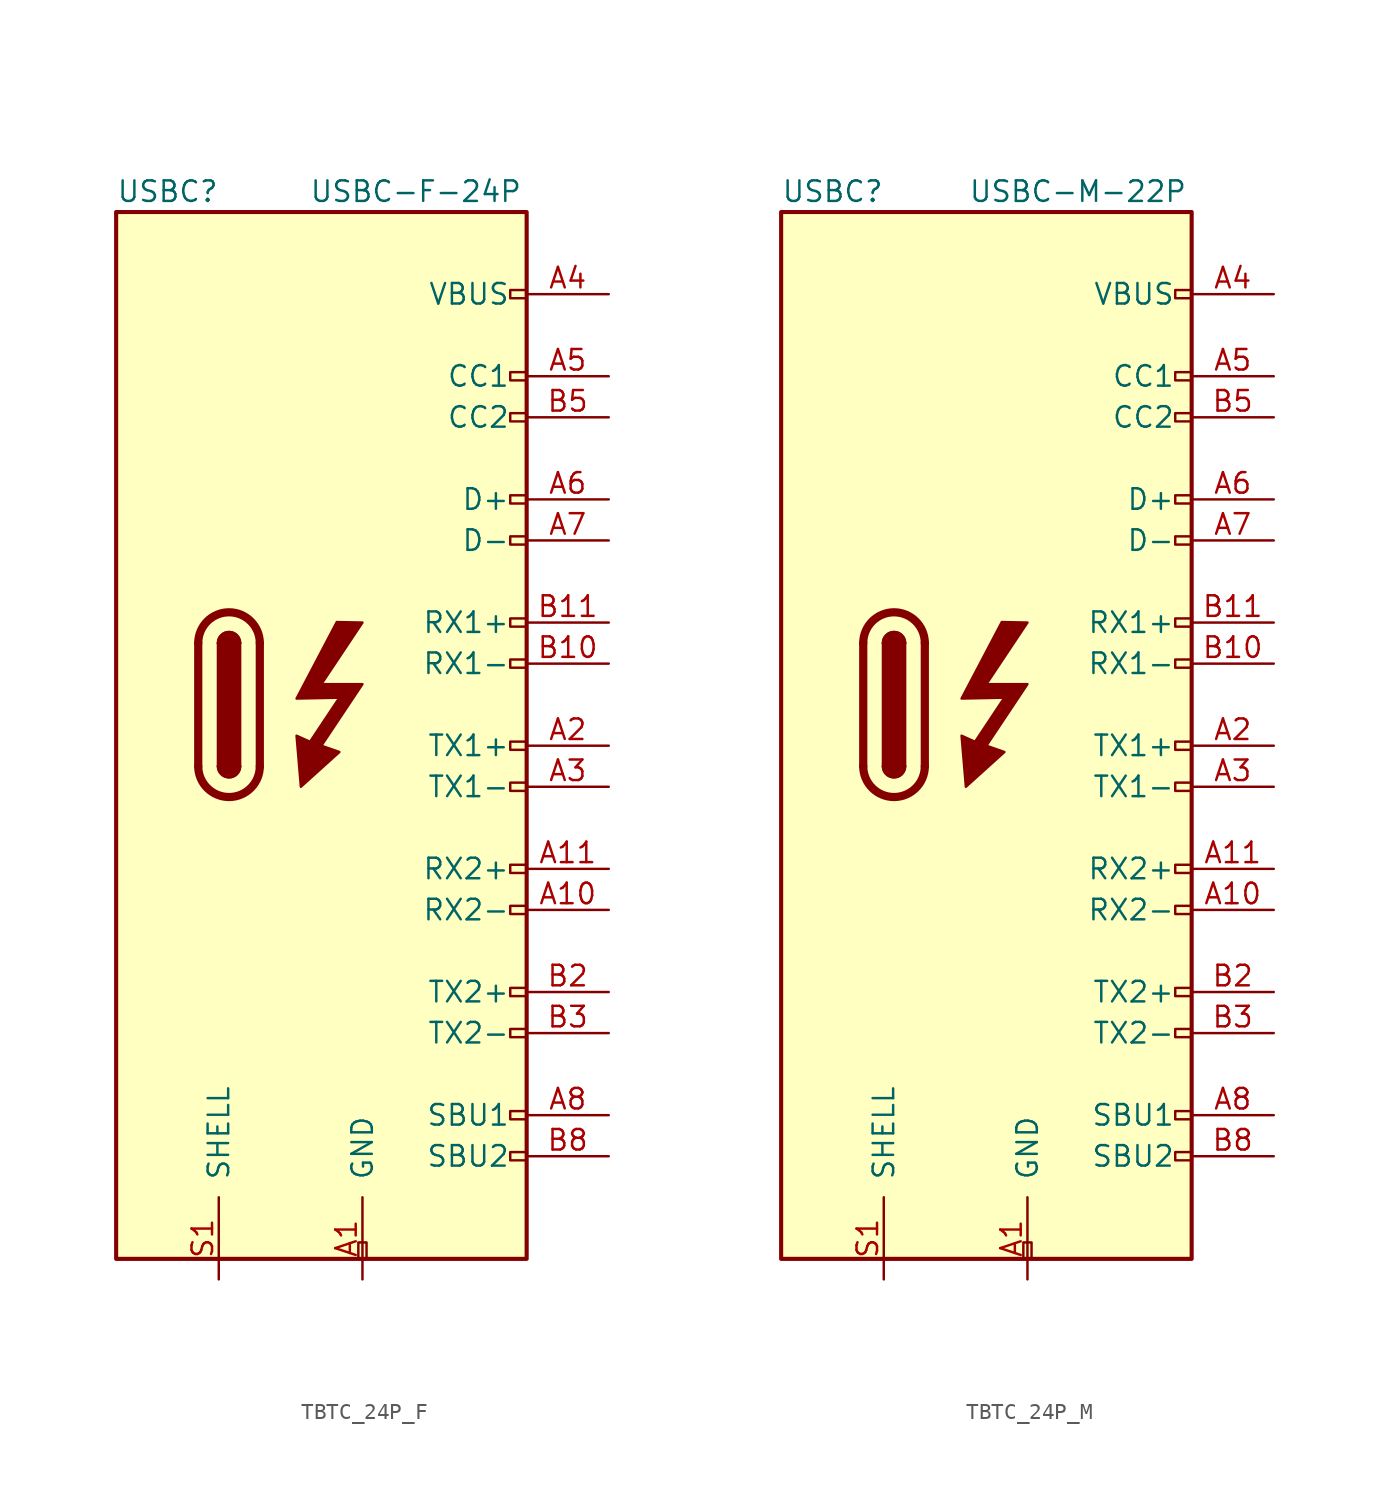
<source format=kicad_sym>
(kicad_symbol_lib
  (version 20231120)
  (generator "kicad_symbol_editor")
  (generator_version "8.0")
  (symbol "TBTC_24P_F"
    (pin_names
      (offset 1.016))
    (property "Reference" "USBC"
      (at -15.24 31.75 0)
      (effects (font (size 1.27 1.27)) (justify left)))
    (property "Value" "USBC-F-24P"
      (at 9.906 31.75 0)
      (effects (font (size 1.27 1.27)) (justify right)))
    (symbol "TBTC_24P_F_0_0"
      (rectangle (start -0.254 -34.29) (end 0.254 -33.274) (stroke (width 0) (type default)) (fill (type none)))
      (rectangle (start 10.16 -27.686) (end 9.144 -28.194) (stroke (width 0) (type default)) (fill (type none)))
      (rectangle (start 10.16 -25.146) (end 9.144 -25.654) (stroke (width 0) (type default)) (fill (type none)))
      (rectangle (start 10.16 -20.066) (end 9.144 -20.574) (stroke (width 0) (type default)) (fill (type none)))
      (rectangle (start 10.16 -17.526) (end 9.144 -18.034) (stroke (width 0) (type default)) (fill (type none)))
      (rectangle (start 10.16 -12.446) (end 9.144 -12.954) (stroke (width 0) (type default)) (fill (type none)))
      (rectangle (start 10.16 -9.906) (end 9.144 -10.414) (stroke (width 0) (type default)) (fill (type none)))
      (rectangle (start 10.16 -4.826) (end 9.144 -5.334) (stroke (width 0) (type default)) (fill (type none)))
      (rectangle (start 10.16 -2.286) (end 9.144 -2.794) (stroke (width 0) (type default)) (fill (type none)))
      (rectangle (start 10.16 2.794) (end 9.144 2.286) (stroke (width 0) (type default)) (fill (type none)))
      (rectangle (start 10.16 5.334) (end 9.144 4.826) (stroke (width 0) (type default)) (fill (type none)))
      (rectangle (start 10.16 10.414) (end 9.144 9.906) (stroke (width 0) (type default)) (fill (type none)))
      (rectangle (start 10.16 12.954) (end 9.144 12.446) (stroke (width 0) (type default)) (fill (type none)))
      (rectangle (start 10.16 18.034) (end 9.144 17.526) (stroke (width 0) (type default)) (fill (type none)))
      (rectangle (start 10.16 20.574) (end 9.144 20.066) (stroke (width 0) (type default)) (fill (type none)))
      (rectangle (start 10.16 25.654) (end 9.144 25.146) (stroke (width 0) (type default)) (fill (type none))))
    (symbol "TBTC_24P_F_0_1"
      (rectangle (start -15.24 30.48) (end 10.16 -34.29) (stroke (width 0.254) (type default)) (fill (type background)))
      (arc (start -10.16 -3.81) (mid -8.255 -5.7067) (end -6.35 -3.81) (stroke (width 0.508) (type default)) (fill (type none)))
      (arc (start -8.89 -3.81) (mid -8.255 -4.4423) (end -7.62 -3.81) (stroke (width 0.254) (type default)) (fill (type none)))
      (arc (start -8.89 -3.81) (mid -8.255 -4.4423) (end -7.62 -3.81) (stroke (width 0.254) (type default)) (fill (type outline)))
      (rectangle (start -8.89 3.81) (end -7.62 -3.81) (stroke (width 0.254) (type default)) (fill (type outline)))
      (arc (start -7.62 3.81) (mid -8.255 4.4423) (end -8.89 3.81) (stroke (width 0.254) (type default)) (fill (type none)))
      (arc (start -7.62 3.81) (mid -8.255 4.4423) (end -8.89 3.81) (stroke (width 0.254) (type default)) (fill (type outline)))
      (arc (start -6.35 3.81) (mid -8.255 5.7067) (end -10.16 3.81) (stroke (width 0.508) (type default)) (fill (type none)))
      (polyline (pts (xy -10.16 -3.81) (xy -10.16 3.81)) (stroke (width 0.508) (type default)) (fill (type none)))
      (polyline (pts (xy -6.35 3.81) (xy -6.35 -3.81)) (stroke (width 0.508) (type default)) (fill (type none))))
    (symbol "TBTC_24P_F_1_1"
      (polyline (pts (xy 0 5.08) (xy -2.54 1.27) (xy 0 1.27) (xy -2.54 -2.54) (xy -1.427 -2.93) (xy -3.81 -5.08) (xy -4.076 -1.921) (xy -3.242 -2.298) (xy -1.427 0.432) (xy -4.076 0.378) (xy -1.588 5.112) (xy 0 5.08)) (stroke (width 0) (type default)) (fill (type outline)))
      (pin passive line (at 0 -35.56 90) (length 5.08) (name "GND" (effects (font (size 1.27 1.27)))) (number "A1" (effects (font (size 1.27 1.27)))))
      (pin bidirectional line (at 15.24 -12.7 180) (length 5.08) (name "RX2-" (effects (font (size 1.27 1.27)))) (number "A10" (effects (font (size 1.27 1.27)))))
      (pin bidirectional line (at 15.24 -10.16 180) (length 5.08) (name "RX2+" (effects (font (size 1.27 1.27)))) (number "A11" (effects (font (size 1.27 1.27)))))
      (pin passive line (at 0 -35.56 90) (length 5.08) hide (name "GND" (effects (font (size 1.27 1.27)))) (number "A12" (effects (font (size 1.27 1.27)))))
      (pin bidirectional line (at 15.24 -2.54 180) (length 5.08) (name "TX1+" (effects (font (size 1.27 1.27)))) (number "A2" (effects (font (size 1.27 1.27)))))
      (pin bidirectional line (at 15.24 -5.08 180) (length 5.08) (name "TX1-" (effects (font (size 1.27 1.27)))) (number "A3" (effects (font (size 1.27 1.27)))))
      (pin passive line (at 15.24 25.4 180) (length 5.08) (name "VBUS" (effects (font (size 1.27 1.27)))) (number "A4" (effects (font (size 1.27 1.27)))))
      (pin bidirectional line (at 15.24 20.32 180) (length 5.08) (name "CC1" (effects (font (size 1.27 1.27)))) (number "A5" (effects (font (size 1.27 1.27)))))
      (pin bidirectional line (at 15.24 12.7 180) (length 5.08) (name "D+" (effects (font (size 1.27 1.27)))) (number "A6" (effects (font (size 1.27 1.27)))))
      (pin bidirectional line (at 15.24 10.16 180) (length 5.08) (name "D-" (effects (font (size 1.27 1.27)))) (number "A7" (effects (font (size 1.27 1.27)))))
      (pin bidirectional line (at 15.24 -25.4 180) (length 5.08) (name "SBU1" (effects (font (size 1.27 1.27)))) (number "A8" (effects (font (size 1.27 1.27)))))
      (pin passive line (at 15.24 25.4 180) (length 5.08) hide (name "VBUS" (effects (font (size 1.27 1.27)))) (number "A9" (effects (font (size 1.27 1.27)))))
      (pin passive line (at 0 -35.56 90) (length 5.08) hide (name "GND" (effects (font (size 1.27 1.27)))) (number "B1" (effects (font (size 1.27 1.27)))))
      (pin bidirectional line (at 15.24 2.54 180) (length 5.08) (name "RX1-" (effects (font (size 1.27 1.27)))) (number "B10" (effects (font (size 1.27 1.27)))))
      (pin bidirectional line (at 15.24 5.08 180) (length 5.08) (name "RX1+" (effects (font (size 1.27 1.27)))) (number "B11" (effects (font (size 1.27 1.27)))))
      (pin passive line (at 0 -35.56 90) (length 5.08) hide (name "GND" (effects (font (size 1.27 1.27)))) (number "B12" (effects (font (size 1.27 1.27)))))
      (pin bidirectional line (at 15.24 -17.78 180) (length 5.08) (name "TX2+" (effects (font (size 1.27 1.27)))) (number "B2" (effects (font (size 1.27 1.27)))))
      (pin bidirectional line (at 15.24 -20.32 180) (length 5.08) (name "TX2-" (effects (font (size 1.27 1.27)))) (number "B3" (effects (font (size 1.27 1.27)))))
      (pin passive line (at 15.24 25.4 180) (length 5.08) hide (name "VBUS" (effects (font (size 1.27 1.27)))) (number "B4" (effects (font (size 1.27 1.27)))))
      (pin bidirectional line (at 15.24 17.78 180) (length 5.08) (name "CC2" (effects (font (size 1.27 1.27)))) (number "B5" (effects (font (size 1.27 1.27)))))
      (pin bidirectional line (at 15.24 12.7 180) (length 5.08) hide (name "D+" (effects (font (size 1.27 1.27)))) (number "B6" (effects (font (size 1.27 1.27)))))
      (pin bidirectional line (at 15.24 10.16 180) (length 5.08) hide (name "D-" (effects (font (size 1.27 1.27)))) (number "B7" (effects (font (size 1.27 1.27)))))
      (pin bidirectional line (at 15.24 -27.94 180) (length 5.08) (name "SBU2" (effects (font (size 1.27 1.27)))) (number "B8" (effects (font (size 1.27 1.27)))))
      (pin passive line (at 15.24 25.4 180) (length 5.08) hide (name "VBUS" (effects (font (size 1.27 1.27)))) (number "B9" (effects (font (size 1.27 1.27)))))
      (pin passive line (at -8.89 -35.56 90) (length 5.08) (name "SHELL" (effects (font (size 1.27 1.27)))) (number "S1" (effects (font (size 1.27 1.27)))))))
  (symbol "TBTC_24P_M"
    (pin_names
      (offset 1.016))
    (property "Reference" "USBC"
      (at -15.24 31.75 0)
      (effects (font (size 1.27 1.27)) (justify left)))
    (property "Value" "USBC-M-22P"
      (at 9.906 31.75 0)
      (effects (font (size 1.27 1.27)) (justify right)))
    (symbol "TBTC_24P_M_0_0"
      (rectangle (start -0.254 -34.29) (end 0.254 -33.274) (stroke (width 0) (type default)) (fill (type none)))
      (rectangle (start 10.16 -27.686) (end 9.144 -28.194) (stroke (width 0) (type default)) (fill (type none)))
      (rectangle (start 10.16 -25.146) (end 9.144 -25.654) (stroke (width 0) (type default)) (fill (type none)))
      (rectangle (start 10.16 -20.066) (end 9.144 -20.574) (stroke (width 0) (type default)) (fill (type none)))
      (rectangle (start 10.16 -17.526) (end 9.144 -18.034) (stroke (width 0) (type default)) (fill (type none)))
      (rectangle (start 10.16 -12.446) (end 9.144 -12.954) (stroke (width 0) (type default)) (fill (type none)))
      (rectangle (start 10.16 -9.906) (end 9.144 -10.414) (stroke (width 0) (type default)) (fill (type none)))
      (rectangle (start 10.16 -4.826) (end 9.144 -5.334) (stroke (width 0) (type default)) (fill (type none)))
      (rectangle (start 10.16 -2.286) (end 9.144 -2.794) (stroke (width 0) (type default)) (fill (type none)))
      (rectangle (start 10.16 2.794) (end 9.144 2.286) (stroke (width 0) (type default)) (fill (type none)))
      (rectangle (start 10.16 5.334) (end 9.144 4.826) (stroke (width 0) (type default)) (fill (type none)))
      (rectangle (start 10.16 10.414) (end 9.144 9.906) (stroke (width 0) (type default)) (fill (type none)))
      (rectangle (start 10.16 12.954) (end 9.144 12.446) (stroke (width 0) (type default)) (fill (type none)))
      (rectangle (start 10.16 18.034) (end 9.144 17.526) (stroke (width 0) (type default)) (fill (type none)))
      (rectangle (start 10.16 20.574) (end 9.144 20.066) (stroke (width 0) (type default)) (fill (type none)))
      (rectangle (start 10.16 25.654) (end 9.144 25.146) (stroke (width 0) (type default)) (fill (type none))))
    (symbol "TBTC_24P_M_0_1"
      (rectangle (start -15.24 30.48) (end 10.16 -34.29) (stroke (width 0.254) (type default)) (fill (type background)))
      (arc (start -10.16 -3.81) (mid -8.255 -5.7067) (end -6.35 -3.81) (stroke (width 0.508) (type default)) (fill (type none)))
      (arc (start -8.89 -3.81) (mid -8.255 -4.4423) (end -7.62 -3.81) (stroke (width 0.254) (type default)) (fill (type none)))
      (arc (start -8.89 -3.81) (mid -8.255 -4.4423) (end -7.62 -3.81) (stroke (width 0.254) (type default)) (fill (type outline)))
      (rectangle (start -8.89 3.81) (end -7.62 -3.81) (stroke (width 0.254) (type default)) (fill (type outline)))
      (arc (start -7.62 3.81) (mid -8.255 4.4423) (end -8.89 3.81) (stroke (width 0.254) (type default)) (fill (type none)))
      (arc (start -7.62 3.81) (mid -8.255 4.4423) (end -8.89 3.81) (stroke (width 0.254) (type default)) (fill (type outline)))
      (arc (start -6.35 3.81) (mid -8.255 5.7067) (end -10.16 3.81) (stroke (width 0.508) (type default)) (fill (type none)))
      (polyline (pts (xy -10.16 -3.81) (xy -10.16 3.81)) (stroke (width 0.508) (type default)) (fill (type none)))
      (polyline (pts (xy -6.35 3.81) (xy -6.35 -3.81)) (stroke (width 0.508) (type default)) (fill (type none))))
    (symbol "TBTC_24P_M_1_1"
      (polyline (pts (xy 0 5.08) (xy -2.54 1.27) (xy 0 1.27) (xy -2.54 -2.54) (xy -1.427 -2.93) (xy -3.81 -5.08) (xy -4.076 -1.921) (xy -3.242 -2.298) (xy -1.427 0.432) (xy -4.076 0.378) (xy -1.588 5.112) (xy 0 5.08)) (stroke (width 0) (type default)) (fill (type outline)))
      (pin passive line (at 0 -35.56 90) (length 5.08) (name "GND" (effects (font (size 1.27 1.27)))) (number "A1" (effects (font (size 1.27 1.27)))))
      (pin bidirectional line (at 15.24 -12.7 180) (length 5.08) (name "RX2-" (effects (font (size 1.27 1.27)))) (number "A10" (effects (font (size 1.27 1.27)))))
      (pin bidirectional line (at 15.24 -10.16 180) (length 5.08) (name "RX2+" (effects (font (size 1.27 1.27)))) (number "A11" (effects (font (size 1.27 1.27)))))
      (pin passive line (at 0 -35.56 90) (length 5.08) hide (name "GND" (effects (font (size 1.27 1.27)))) (number "A12" (effects (font (size 1.27 1.27)))))
      (pin bidirectional line (at 15.24 -2.54 180) (length 5.08) (name "TX1+" (effects (font (size 1.27 1.27)))) (number "A2" (effects (font (size 1.27 1.27)))))
      (pin bidirectional line (at 15.24 -5.08 180) (length 5.08) (name "TX1-" (effects (font (size 1.27 1.27)))) (number "A3" (effects (font (size 1.27 1.27)))))
      (pin passive line (at 15.24 25.4 180) (length 5.08) (name "VBUS" (effects (font (size 1.27 1.27)))) (number "A4" (effects (font (size 1.27 1.27)))))
      (pin bidirectional line (at 15.24 20.32 180) (length 5.08) (name "CC1" (effects (font (size 1.27 1.27)))) (number "A5" (effects (font (size 1.27 1.27)))))
      (pin bidirectional line (at 15.24 12.7 180) (length 5.08) (name "D+" (effects (font (size 1.27 1.27)))) (number "A6" (effects (font (size 1.27 1.27)))))
      (pin bidirectional line (at 15.24 10.16 180) (length 5.08) (name "D-" (effects (font (size 1.27 1.27)))) (number "A7" (effects (font (size 1.27 1.27)))))
      (pin bidirectional line (at 15.24 -25.4 180) (length 5.08) (name "SBU1" (effects (font (size 1.27 1.27)))) (number "A8" (effects (font (size 1.27 1.27)))))
      (pin passive line (at 15.24 25.4 180) (length 5.08) hide (name "VBUS" (effects (font (size 1.27 1.27)))) (number "A9" (effects (font (size 1.27 1.27)))))
      (pin passive line (at 0 -35.56 90) (length 5.08) hide (name "GND" (effects (font (size 1.27 1.27)))) (number "B1" (effects (font (size 1.27 1.27)))))
      (pin bidirectional line (at 15.24 2.54 180) (length 5.08) (name "RX1-" (effects (font (size 1.27 1.27)))) (number "B10" (effects (font (size 1.27 1.27)))))
      (pin bidirectional line (at 15.24 5.08 180) (length 5.08) (name "RX1+" (effects (font (size 1.27 1.27)))) (number "B11" (effects (font (size 1.27 1.27)))))
      (pin passive line (at 0 -35.56 90) (length 5.08) hide (name "GND" (effects (font (size 1.27 1.27)))) (number "B12" (effects (font (size 1.27 1.27)))))
      (pin bidirectional line (at 15.24 -17.78 180) (length 5.08) (name "TX2+" (effects (font (size 1.27 1.27)))) (number "B2" (effects (font (size 1.27 1.27)))))
      (pin bidirectional line (at 15.24 -20.32 180) (length 5.08) (name "TX2-" (effects (font (size 1.27 1.27)))) (number "B3" (effects (font (size 1.27 1.27)))))
      (pin passive line (at 15.24 25.4 180) (length 5.08) hide (name "VBUS" (effects (font (size 1.27 1.27)))) (number "B4" (effects (font (size 1.27 1.27)))))
      (pin bidirectional line (at 15.24 17.78 180) (length 5.08) (name "CC2" (effects (font (size 1.27 1.27)))) (number "B5" (effects (font (size 1.27 1.27)))))
      (pin no_connect line (at 15.24 12.7 180) (length 5.08) hide (name "D+" (effects (font (size 1.27 1.27)))) (number "B6" (effects (font (size 1.27 1.27)))))
      (pin no_connect line (at 15.24 10.16 180) (length 5.08) hide (name "D-" (effects (font (size 1.27 1.27)))) (number "B7" (effects (font (size 1.27 1.27)))))
      (pin bidirectional line (at 15.24 -27.94 180) (length 5.08) (name "SBU2" (effects (font (size 1.27 1.27)))) (number "B8" (effects (font (size 1.27 1.27)))))
      (pin passive line (at 15.24 25.4 180) (length 5.08) hide (name "VBUS" (effects (font (size 1.27 1.27)))) (number "B9" (effects (font (size 1.27 1.27)))))
      (pin passive line (at -8.89 -35.56 90) (length 5.08) (name "SHELL" (effects (font (size 1.27 1.27)))) (number "S1" (effects (font (size 1.27 1.27))))))))
</source>
